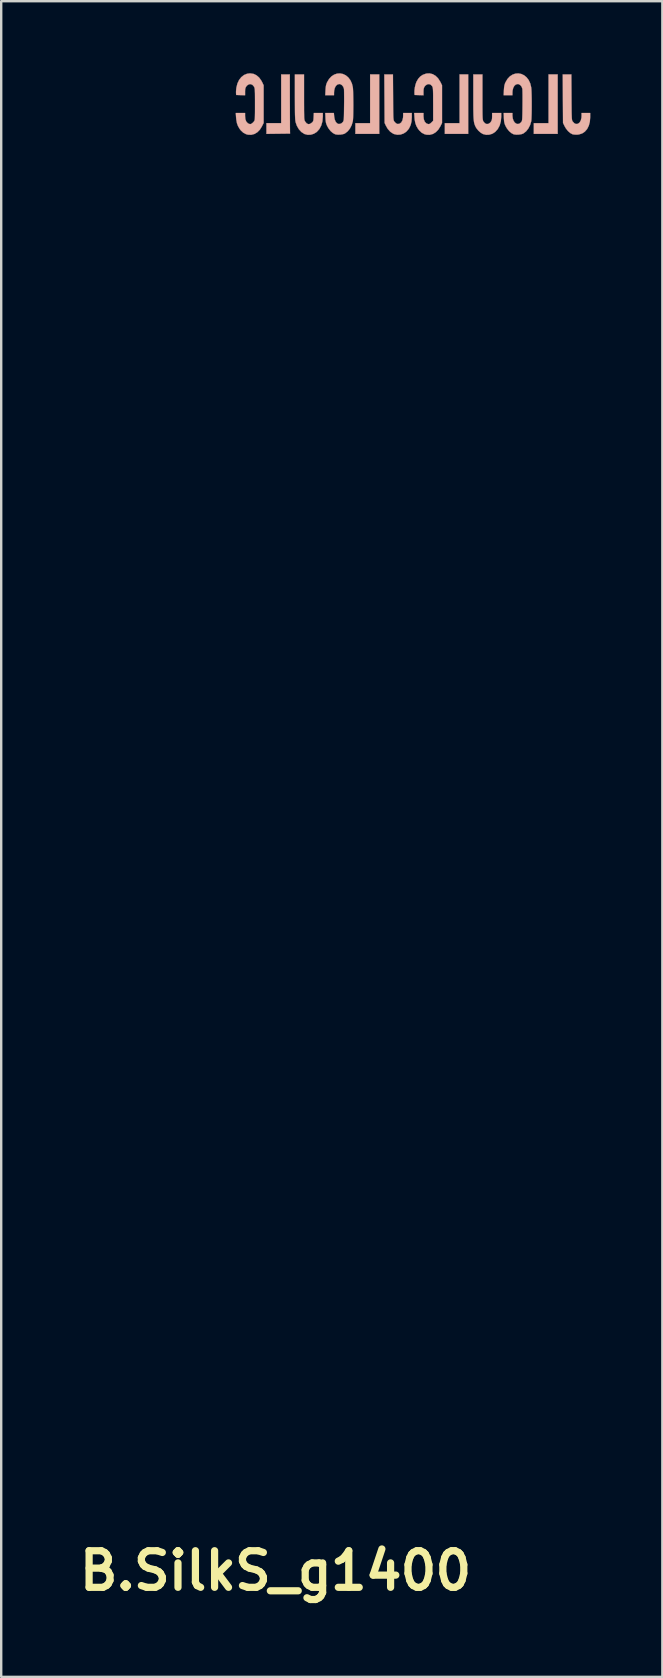
<source format=kicad_pcb>
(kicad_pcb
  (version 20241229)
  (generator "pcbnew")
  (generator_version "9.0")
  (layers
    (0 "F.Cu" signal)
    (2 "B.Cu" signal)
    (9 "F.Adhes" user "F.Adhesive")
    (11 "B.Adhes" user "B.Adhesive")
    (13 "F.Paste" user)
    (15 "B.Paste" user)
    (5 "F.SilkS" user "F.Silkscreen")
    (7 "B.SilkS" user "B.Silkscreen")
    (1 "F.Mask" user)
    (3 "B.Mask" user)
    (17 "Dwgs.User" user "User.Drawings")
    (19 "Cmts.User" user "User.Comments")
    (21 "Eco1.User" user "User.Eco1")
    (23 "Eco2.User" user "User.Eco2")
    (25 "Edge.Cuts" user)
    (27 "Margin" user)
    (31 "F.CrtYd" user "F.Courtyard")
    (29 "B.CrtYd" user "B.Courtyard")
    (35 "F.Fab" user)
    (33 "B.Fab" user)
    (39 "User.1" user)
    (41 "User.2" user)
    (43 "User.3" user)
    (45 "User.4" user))
  (footprint "B.SilkS_g1400"
    (layer "F.Cu")
    (at 8.426 62.362)
    (property "Reference" "B.SilkS_g1400" (at 0 0 0) (layer "F.SilkS") (effects (font (size 1.524 1.524) (thickness 0.3))))
    (attr through_hole)
    (fp_poly (pts (xy 4.318 -59.838) (xy 3.323 -59.838) (xy 3.323 -60.283) (xy 3.937 -60.283) (xy 3.937 -62.315) (xy 4.318 -62.315) (xy 4.318 -59.838)) (stroke (width 0.01) (type solid)) (fill yes) (layer "B.SilkS"))
    (fp_poly (pts (xy 8.022 -59.838) (xy 7.048 -59.838) (xy 7.048 -60.283) (xy 7.662 -60.283) (xy 7.662 -62.315) (xy 8.022 -62.315) (xy 8.022 -59.838)) (stroke (width 0.01) (type solid)) (fill yes) (layer "B.SilkS"))
    (fp_poly (pts (xy 11.748 -59.838) (xy 10.753 -59.838) (xy 10.753 -60.283) (xy 11.367 -60.283) (xy 11.367 -62.315) (xy 11.748 -62.315) (xy 11.748 -59.838)) (stroke (width 0.01) (type solid)) (fill yes) (layer "B.SilkS"))
    (fp_poly (pts (xy 0.595 -61.145) (xy 0.596 -60.925) (xy 0.596 -60.715) (xy 0.597 -60.522) (xy 0.598 -60.347) (xy 0.598 -60.196) (xy 0.599 -60.073) (xy 0.6 -59.982) (xy 0.6 -59.926) (xy 0.601 -59.912) (xy 0.603 -59.849) (xy 0.111 -59.843) (xy -0.381 -59.837) (xy -0.381 -60.283) (xy 0.233 -60.283) (xy 0.233 -62.315) (xy 0.593 -62.315) (xy 0.595 -61.145)) (stroke (width 0.01) (type solid)) (fill yes) (layer "B.SilkS"))
    (fp_poly (pts (xy 4.894 -61.364) (xy 4.895 -61.138) (xy 4.897 -60.951) (xy 4.899 -60.799) (xy 4.901 -60.677) (xy 4.903 -60.582) (xy 4.906 -60.51) (xy 4.911 -60.457) (xy 4.916 -60.419) (xy 4.923 -60.393) (xy 4.931 -60.373) (xy 4.941 -60.358) (xy 4.944 -60.353) (xy 5.012 -60.281) (xy 5.078 -60.249) (xy 5.15 -60.256) (xy 5.164 -60.261) (xy 5.232 -60.311) (xy 5.28 -60.395) (xy 5.307 -60.505) (xy 5.312 -60.584) (xy 5.313 -60.706) (xy 5.673 -60.706) (xy 5.673 -60.53) (xy 5.661 -60.354) (xy 5.625 -60.204) (xy 5.561 -60.07) (xy 5.54 -60.037) (xy 5.445 -59.929) (xy 5.329 -59.851) (xy 5.2 -59.808) (xy 5.066 -59.8) (xy 4.934 -59.83) (xy 4.9 -59.844) (xy 4.774 -59.928) (xy 4.668 -60.048) (xy 4.595 -60.176) (xy 4.54 -60.293) (xy 4.534 -61.304) (xy 4.528 -62.315) (xy 4.888 -62.315) (xy 4.894 -61.364)) (stroke (width 0.01) (type solid)) (fill yes) (layer "B.SilkS"))
    (fp_poly (pts (xy 12.324 -61.364) (xy 12.325 -61.138) (xy 12.327 -60.951) (xy 12.328 -60.799) (xy 12.33 -60.677) (xy 12.333 -60.582) (xy 12.336 -60.51) (xy 12.34 -60.457) (xy 12.346 -60.419) (xy 12.352 -60.393) (xy 12.361 -60.373) (xy 12.37 -60.358) (xy 12.374 -60.353) (xy 12.441 -60.281) (xy 12.508 -60.249) (xy 12.579 -60.256) (xy 12.594 -60.261) (xy 12.661 -60.311) (xy 12.71 -60.395) (xy 12.737 -60.505) (xy 12.742 -60.584) (xy 12.742 -60.706) (xy 13.102 -60.706) (xy 13.102 -60.53) (xy 13.087 -60.342) (xy 13.044 -60.178) (xy 12.975 -60.04) (xy 12.881 -59.931) (xy 12.765 -59.854) (xy 12.63 -59.812) (xy 12.569 -59.805) (xy 12.485 -59.805) (xy 12.408 -59.812) (xy 12.366 -59.821) (xy 12.272 -59.871) (xy 12.177 -59.954) (xy 12.093 -60.059) (xy 12.039 -60.151) (xy 11.97 -60.292) (xy 11.958 -62.315) (xy 12.318 -62.315) (xy 12.324 -61.364)) (stroke (width 0.01) (type solid)) (fill yes) (layer "B.SilkS"))
    (fp_poly (pts (xy 1.185 -61.37) (xy 1.185 -61.145) (xy 1.186 -60.959) (xy 1.186 -60.807) (xy 1.188 -60.686) (xy 1.19 -60.591) (xy 1.192 -60.519) (xy 1.196 -60.465) (xy 1.202 -60.426) (xy 1.208 -60.398) (xy 1.217 -60.377) (xy 1.227 -60.359) (xy 1.23 -60.354) (xy 1.292 -60.278) (xy 1.358 -60.243) (xy 1.43 -60.251) (xy 1.507 -60.301) (xy 1.508 -60.302) (xy 1.542 -60.335) (xy 1.563 -60.368) (xy 1.575 -60.411) (xy 1.581 -60.478) (xy 1.584 -60.535) (xy 1.592 -60.706) (xy 1.968 -60.706) (xy 1.968 -60.563) (xy 1.952 -60.363) (xy 1.903 -60.188) (xy 1.824 -60.038) (xy 1.715 -59.917) (xy 1.599 -59.844) (xy 1.47 -59.803) (xy 1.336 -59.798) (xy 1.209 -59.83) (xy 1.196 -59.836) (xy 1.074 -59.915) (xy 0.97 -60.029) (xy 0.888 -60.17) (xy 0.837 -60.314) (xy 0.829 -60.351) (xy 0.822 -60.398) (xy 0.817 -60.458) (xy 0.813 -60.535) (xy 0.809 -60.634) (xy 0.807 -60.758) (xy 0.806 -60.912) (xy 0.805 -61.099) (xy 0.804 -61.324) (xy 0.804 -61.377) (xy 0.804 -62.315) (xy 1.185 -62.315) (xy 1.185 -61.37)) (stroke (width 0.01) (type solid)) (fill yes) (layer "B.SilkS"))
    (fp_poly (pts (xy 8.615 -61.367) (xy 8.615 -61.142) (xy 8.615 -60.955) (xy 8.616 -60.803) (xy 8.617 -60.681) (xy 8.619 -60.585) (xy 8.622 -60.513) (xy 8.626 -60.459) (xy 8.632 -60.42) (xy 8.638 -60.392) (xy 8.646 -60.371) (xy 8.656 -60.353) (xy 8.657 -60.351) (xy 8.72 -60.279) (xy 8.791 -60.247) (xy 8.864 -60.254) (xy 8.934 -60.302) (xy 8.969 -60.344) (xy 8.997 -60.396) (xy 9.012 -60.456) (xy 9.017 -60.538) (xy 9.017 -60.561) (xy 9.017 -60.706) (xy 9.398 -60.706) (xy 9.398 -60.563) (xy 9.381 -60.363) (xy 9.333 -60.188) (xy 9.253 -60.038) (xy 9.144 -59.917) (xy 9.029 -59.843) (xy 8.899 -59.803) (xy 8.765 -59.798) (xy 8.638 -59.83) (xy 8.625 -59.836) (xy 8.532 -59.894) (xy 8.44 -59.978) (xy 8.364 -60.073) (xy 8.337 -60.118) (xy 8.314 -60.166) (xy 8.294 -60.213) (xy 8.278 -60.264) (xy 8.265 -60.321) (xy 8.255 -60.391) (xy 8.247 -60.476) (xy 8.241 -60.58) (xy 8.238 -60.709) (xy 8.235 -60.867) (xy 8.234 -61.056) (xy 8.234 -61.282) (xy 8.234 -61.377) (xy 8.234 -62.315) (xy 8.615 -62.315) (xy 8.615 -61.367)) (stroke (width 0.01) (type solid)) (fill yes) (layer "B.SilkS"))
    (fp_poly (pts (xy 6.545 -62.324) (xy 6.664 -62.254) (xy 6.77 -62.148) (xy 6.859 -62.009) (xy 6.863 -62.002) (xy 6.932 -61.861) (xy 6.932 -60.292) (xy 6.863 -60.151) (xy 6.775 -60.011) (xy 6.669 -59.904) (xy 6.549 -59.833) (xy 6.418 -59.798) (xy 6.281 -59.803) (xy 6.198 -59.825) (xy 6.083 -59.886) (xy 5.98 -59.984) (xy 5.93 -60.05) (xy 5.865 -60.162) (xy 5.821 -60.281) (xy 5.794 -60.42) (xy 5.785 -60.521) (xy 5.772 -60.706) (xy 6.16 -60.706) (xy 6.16 -60.577) (xy 6.172 -60.449) (xy 6.209 -60.35) (xy 6.268 -60.283) (xy 6.288 -60.271) (xy 6.353 -60.245) (xy 6.405 -60.248) (xy 6.458 -60.283) (xy 6.49 -60.312) (xy 6.562 -60.384) (xy 6.562 -61.069) (xy 6.561 -61.258) (xy 6.561 -61.41) (xy 6.56 -61.529) (xy 6.557 -61.62) (xy 6.554 -61.687) (xy 6.549 -61.736) (xy 6.542 -61.771) (xy 6.533 -61.796) (xy 6.522 -61.818) (xy 6.52 -61.822) (xy 6.462 -61.884) (xy 6.391 -61.91) (xy 6.316 -61.899) (xy 6.245 -61.853) (xy 6.208 -61.809) (xy 6.18 -61.757) (xy 6.165 -61.698) (xy 6.16 -61.616) (xy 6.16 -61.591) (xy 6.16 -61.445) (xy 5.974 -61.451) (xy 5.789 -61.457) (xy 5.782 -61.538) (xy 5.784 -61.644) (xy 5.799 -61.767) (xy 5.827 -61.889) (xy 5.862 -61.993) (xy 5.873 -62.017) (xy 5.944 -62.136) (xy 6.023 -62.224) (xy 6.12 -62.29) (xy 6.143 -62.302) (xy 6.28 -62.35) (xy 6.415 -62.356) (xy 6.545 -62.324)) (stroke (width 0.01) (type solid)) (fill yes) (layer "B.SilkS"))
    (fp_poly (pts (xy -0.922 -62.337) (xy -0.795 -62.277) (xy -0.683 -62.18) (xy -0.588 -62.046) (xy -0.553 -61.979) (xy -0.497 -61.86) (xy -0.497 -60.292) (xy -0.567 -60.151) (xy -0.654 -60.011) (xy -0.76 -59.904) (xy -0.88 -59.833) (xy -1.011 -59.798) (xy -1.148 -59.803) (xy -1.231 -59.825) (xy -1.346 -59.886) (xy -1.45 -59.984) (xy -1.5 -60.05) (xy -1.565 -60.162) (xy -1.609 -60.281) (xy -1.635 -60.42) (xy -1.645 -60.521) (xy -1.657 -60.706) (xy -1.27 -60.706) (xy -1.27 -60.577) (xy -1.257 -60.445) (xy -1.218 -60.346) (xy -1.153 -60.279) (xy -1.128 -60.266) (xy -1.075 -60.245) (xy -1.038 -60.245) (xy -1.001 -60.262) (xy -0.949 -60.302) (xy -0.902 -60.353) (xy -0.889 -60.371) (xy -0.879 -60.392) (xy -0.872 -60.42) (xy -0.866 -60.46) (xy -0.862 -60.517) (xy -0.86 -60.596) (xy -0.858 -60.701) (xy -0.857 -60.838) (xy -0.857 -61.01) (xy -0.857 -61.073) (xy -0.857 -61.258) (xy -0.858 -61.406) (xy -0.859 -61.521) (xy -0.862 -61.609) (xy -0.865 -61.673) (xy -0.87 -61.72) (xy -0.878 -61.754) (xy -0.887 -61.78) (xy -0.899 -61.803) (xy -0.901 -61.807) (xy -0.961 -61.876) (xy -1.033 -61.908) (xy -1.108 -61.902) (xy -1.18 -61.858) (xy -1.222 -61.809) (xy -1.25 -61.757) (xy -1.265 -61.698) (xy -1.27 -61.616) (xy -1.27 -61.591) (xy -1.27 -61.445) (xy -1.455 -61.451) (xy -1.64 -61.457) (xy -1.647 -61.538) (xy -1.647 -61.602) (xy -1.641 -61.687) (xy -1.631 -61.768) (xy -1.588 -61.938) (xy -1.519 -62.083) (xy -1.426 -62.202) (xy -1.313 -62.289) (xy -1.184 -62.342) (xy -1.061 -62.357) (xy -0.922 -62.337)) (stroke (width 0.01) (type solid)) (fill yes) (layer "B.SilkS"))
    (fp_poly (pts (xy 2.809 -62.33) (xy 2.924 -62.275) (xy 3.027 -62.189) (xy 3.114 -62.075) (xy 3.18 -61.931) (xy 3.216 -61.785) (xy 3.223 -61.72) (xy 3.228 -61.622) (xy 3.232 -61.496) (xy 3.235 -61.351) (xy 3.237 -61.194) (xy 3.238 -61.032) (xy 3.237 -60.872) (xy 3.235 -60.721) (xy 3.232 -60.587) (xy 3.227 -60.476) (xy 3.221 -60.396) (xy 3.217 -60.366) (xy 3.171 -60.205) (xy 3.098 -60.062) (xy 3.003 -59.943) (xy 2.892 -59.856) (xy 2.874 -59.846) (xy 2.799 -59.822) (xy 2.702 -59.807) (xy 2.599 -59.804) (xy 2.509 -59.814) (xy 2.481 -59.821) (xy 2.386 -59.872) (xy 2.291 -59.955) (xy 2.207 -60.062) (xy 2.155 -60.152) (xy 2.121 -60.227) (xy 2.1 -60.294) (xy 2.087 -60.367) (xy 2.08 -60.462) (xy 2.078 -60.5) (xy 2.069 -60.706) (xy 2.428 -60.706) (xy 2.439 -60.573) (xy 2.46 -60.446) (xy 2.5 -60.347) (xy 2.555 -60.281) (xy 2.622 -60.249) (xy 2.692 -60.254) (xy 2.752 -60.284) (xy 2.802 -60.332) (xy 2.802 -60.332) (xy 2.815 -60.351) (xy 2.825 -60.373) (xy 2.833 -60.402) (xy 2.839 -60.445) (xy 2.844 -60.505) (xy 2.847 -60.589) (xy 2.849 -60.699) (xy 2.851 -60.843) (xy 2.853 -61.02) (xy 2.855 -61.182) (xy 2.855 -61.333) (xy 2.854 -61.468) (xy 2.853 -61.579) (xy 2.851 -61.662) (xy 2.848 -61.71) (xy 2.847 -61.716) (xy 2.817 -61.8) (xy 2.764 -61.866) (xy 2.698 -61.906) (xy 2.657 -61.913) (xy 2.578 -61.893) (xy 2.514 -61.837) (xy 2.467 -61.75) (xy 2.44 -61.636) (xy 2.434 -61.547) (xy 2.434 -61.447) (xy 2.069 -61.447) (xy 2.079 -61.654) (xy 2.087 -61.77) (xy 2.101 -61.858) (xy 2.123 -61.933) (xy 2.143 -61.98) (xy 2.227 -62.124) (xy 2.328 -62.232) (xy 2.442 -62.306) (xy 2.563 -62.347) (xy 2.687 -62.355) (xy 2.809 -62.33)) (stroke (width 0.01) (type solid)) (fill yes) (layer "B.SilkS"))
    (fp_poly (pts (xy 10.236 -62.331) (xy 10.351 -62.276) (xy 10.454 -62.191) (xy 10.541 -62.077) (xy 10.607 -61.936) (xy 10.646 -61.77) (xy 10.653 -61.702) (xy 10.658 -61.6) (xy 10.662 -61.473) (xy 10.665 -61.327) (xy 10.667 -61.17) (xy 10.667 -61.008) (xy 10.666 -60.849) (xy 10.664 -60.701) (xy 10.66 -60.57) (xy 10.656 -60.463) (xy 10.65 -60.388) (xy 10.647 -60.366) (xy 10.6 -60.205) (xy 10.527 -60.062) (xy 10.433 -59.943) (xy 10.322 -59.856) (xy 10.303 -59.846) (xy 10.229 -59.822) (xy 10.131 -59.807) (xy 10.028 -59.804) (xy 9.938 -59.814) (xy 9.911 -59.821) (xy 9.817 -59.871) (xy 9.723 -59.953) (xy 9.638 -60.058) (xy 9.585 -60.15) (xy 9.551 -60.223) (xy 9.53 -60.287) (xy 9.517 -60.356) (xy 9.51 -60.446) (xy 9.507 -60.498) (xy 9.499 -60.706) (xy 9.864 -60.706) (xy 9.864 -60.595) (xy 9.877 -60.479) (xy 9.911 -60.383) (xy 9.96 -60.31) (xy 10.022 -60.264) (xy 10.089 -60.248) (xy 10.158 -60.265) (xy 10.223 -60.32) (xy 10.232 -60.332) (xy 10.245 -60.351) (xy 10.255 -60.373) (xy 10.263 -60.402) (xy 10.269 -60.445) (xy 10.273 -60.505) (xy 10.276 -60.589) (xy 10.279 -60.699) (xy 10.281 -60.843) (xy 10.283 -61.02) (xy 10.284 -61.182) (xy 10.284 -61.333) (xy 10.284 -61.468) (xy 10.282 -61.579) (xy 10.28 -61.662) (xy 10.278 -61.71) (xy 10.277 -61.716) (xy 10.246 -61.8) (xy 10.193 -61.866) (xy 10.127 -61.906) (xy 10.087 -61.913) (xy 10.008 -61.893) (xy 9.943 -61.837) (xy 9.896 -61.75) (xy 9.869 -61.636) (xy 9.864 -61.547) (xy 9.864 -61.447) (xy 9.498 -61.447) (xy 9.508 -61.654) (xy 9.516 -61.77) (xy 9.53 -61.858) (xy 9.552 -61.933) (xy 9.572 -61.98) (xy 9.656 -62.124) (xy 9.757 -62.232) (xy 9.871 -62.306) (xy 9.992 -62.347) (xy 10.115 -62.355) (xy 10.236 -62.331)) (stroke (width 0.01) (type solid)) (fill yes) (layer "B.SilkS")))
  (gr_rect
    (start -3 -3)
    (end 24.533 66.78)
    (stroke (width 0.1) (type default))
    (fill no)
    (layer "Edge.Cuts")))
</source>
